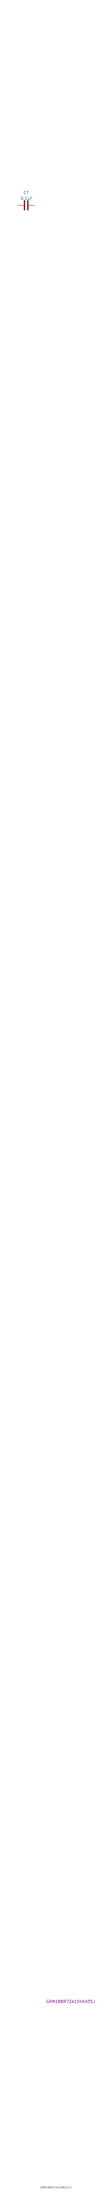
<source format=kicad_sym>
(kicad_symbol_lib
  (version 20220914)
  (generator kicad_symbol_editor)
  (symbol "GRM188R72A104KA35J"
    (pin_numbers hide)
    (pin_names hide)
    (property "Reference" "C"
      (at -1.27 6.35 0)
      (effects (font (size 1.27 1.27)) (justify left top)))
    (property "Value" "0.1uF"
      (at -2.54 3.81 0)
      (effects (font (size 1.27 1.27)) (justify left top)))
    (property "Manufacturer_Part_Number" "GRM188R72A104KA35J"
      (at 8.89 -796.19 0)
      (effects (font (size 1.27 1.27)) (justify left top)))
    (symbol "GRM188R72A104KA35J_0_1"
      (polyline (pts (xy -0.762 -2.032) (xy -0.762 2.032)) (stroke (width 0.508) (type default)) (fill (type none)))
      (polyline (pts (xy 0.762 -2.032) (xy 0.762 2.032)) (stroke (width 0.508) (type default)) (fill (type none))))
    (symbol "GRM188R72A104KA35J_1_1"
      (pin passive line (at -3.81 0 0) (length 2.794) (name "~" (effects (font (size 1.27 1.27)))) (number "1" (effects (font (size 1.27 1.27)))))
      (pin passive line (at 3.81 0 180) (length 2.794) (name "~" (effects (font (size 1.27 1.27)))) (number "2" (effects (font (size 1.27 1.27))))))))
</source>
